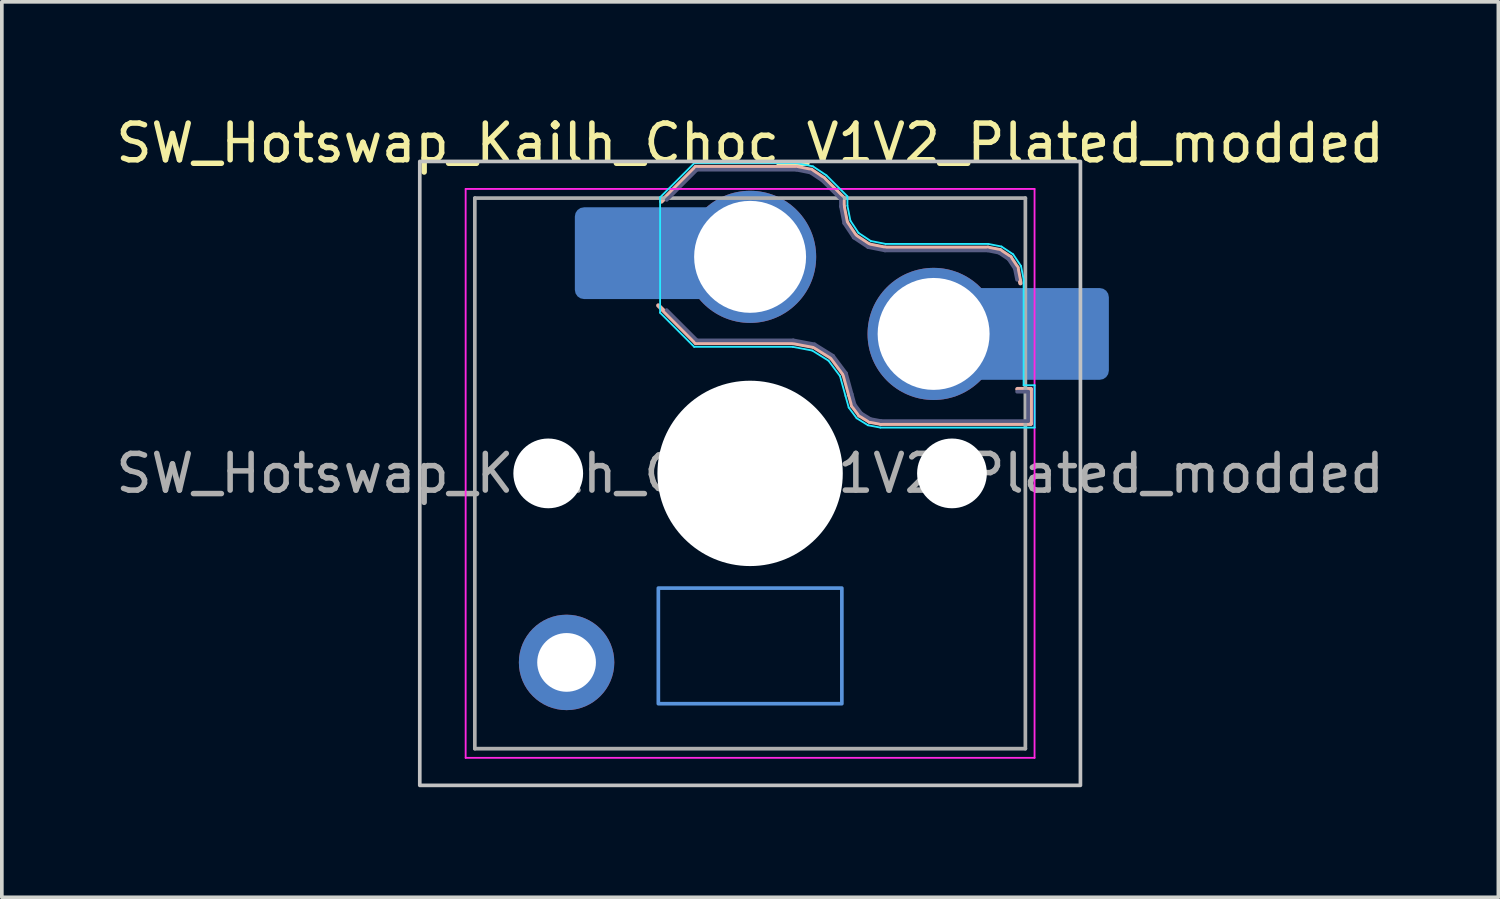
<source format=kicad_pcb>
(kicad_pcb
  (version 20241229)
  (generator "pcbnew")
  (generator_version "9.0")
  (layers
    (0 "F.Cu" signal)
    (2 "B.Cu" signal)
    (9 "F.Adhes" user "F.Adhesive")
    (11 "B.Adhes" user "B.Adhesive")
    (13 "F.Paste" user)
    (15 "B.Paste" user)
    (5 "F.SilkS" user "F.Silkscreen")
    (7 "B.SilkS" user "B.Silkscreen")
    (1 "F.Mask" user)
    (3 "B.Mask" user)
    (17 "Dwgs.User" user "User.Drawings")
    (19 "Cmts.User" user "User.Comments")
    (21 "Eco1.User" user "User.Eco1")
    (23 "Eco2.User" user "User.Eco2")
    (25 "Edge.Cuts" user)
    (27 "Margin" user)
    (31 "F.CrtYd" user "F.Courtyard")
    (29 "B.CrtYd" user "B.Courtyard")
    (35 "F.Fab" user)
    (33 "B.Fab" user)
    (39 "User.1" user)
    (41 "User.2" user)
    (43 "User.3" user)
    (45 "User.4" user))
  (footprint "SW_Hotswap_Kailh_Choc_V1V2_Plated_modded"
    (layer "F.Cu")
    (at 17.387 9.848)
    (property "Reference" "SW_Hotswap_Kailh_Choc_V1V2_Plated_modded" (at 0 -9 0) (layer "F.SilkS") (effects (font (size 1 1) (thickness 0.15))))
    (attr smd)
    (fp_line (start -2.416 -7.409) (end -1.479 -8.346) (stroke (width 0.12) (type solid)) (layer "B.SilkS"))
    (fp_line (start -1.479 -8.346) (end 1.268 -8.346) (stroke (width 0.12) (type solid)) (layer "B.SilkS"))
    (fp_line (start -1.479 -3.554) (end -2.5 -4.575) (stroke (width 0.12) (type solid)) (layer "B.SilkS"))
    (fp_line (start 1.168 -3.554) (end -1.479 -3.554) (stroke (width 0.12) (type solid)) (layer "B.SilkS"))
    (fp_line (start 1.268 -8.346) (end 1.671 -8.266) (stroke (width 0.12) (type solid)) (layer "B.SilkS"))
    (fp_line (start 1.671 -8.266) (end 2.013 -8.037) (stroke (width 0.12) (type solid)) (layer "B.SilkS"))
    (fp_line (start 1.73 -3.449) (end 1.168 -3.554) (stroke (width 0.12) (type solid)) (layer "B.SilkS"))
    (fp_line (start 2.013 -8.037) (end 2.546 -7.504) (stroke (width 0.12) (type solid)) (layer "B.SilkS"))
    (fp_line (start 2.209 -3.15) (end 1.73 -3.449) (stroke (width 0.12) (type solid)) (layer "B.SilkS"))
    (fp_line (start 2.546 -7.504) (end 2.546 -7.282) (stroke (width 0.12) (type solid)) (layer "B.SilkS"))
    (fp_line (start 2.546 -7.282) (end 2.633 -6.844) (stroke (width 0.12) (type solid)) (layer "B.SilkS"))
    (fp_line (start 2.547 -2.697) (end 2.209 -3.15) (stroke (width 0.12) (type solid)) (layer "B.SilkS"))
    (fp_line (start 2.633 -6.844) (end 2.877 -6.477) (stroke (width 0.12) (type solid)) (layer "B.SilkS"))
    (fp_line (start 2.701 -2.139) (end 2.547 -2.697) (stroke (width 0.12) (type solid)) (layer "B.SilkS"))
    (fp_line (start 2.783 -1.841) (end 2.701 -2.139) (stroke (width 0.12) (type solid)) (layer "B.SilkS"))
    (fp_line (start 2.877 -6.477) (end 3.244 -6.233) (stroke (width 0.12) (type solid)) (layer "B.SilkS"))
    (fp_line (start 2.976 -1.583) (end 2.783 -1.841) (stroke (width 0.12) (type solid)) (layer "B.SilkS"))
    (fp_line (start 3.244 -6.233) (end 3.682 -6.146) (stroke (width 0.12) (type solid)) (layer "B.SilkS"))
    (fp_line (start 3.25 -1.413) (end 2.976 -1.583) (stroke (width 0.12) (type solid)) (layer "B.SilkS"))
    (fp_line (start 3.56 -1.354) (end 3.25 -1.413) (stroke (width 0.12) (type solid)) (layer "B.SilkS"))
    (fp_line (start 3.682 -6.146) (end 6.482 -6.146) (stroke (width 0.12) (type solid)) (layer "B.SilkS"))
    (fp_line (start 6.482 -6.146) (end 6.809 -6.081) (stroke (width 0.12) (type solid)) (layer "B.SilkS"))
    (fp_line (start 6.809 -6.081) (end 7.092 -5.892) (stroke (width 0.12) (type solid)) (layer "B.SilkS"))
    (fp_line (start 7.092 -5.892) (end 7.281 -5.609) (stroke (width 0.12) (type solid)) (layer "B.SilkS"))
    (fp_line (start 7.281 -5.609) (end 7.366 -5.182) (stroke (width 0.12) (type solid)) (layer "B.SilkS"))
    (fp_line (start 7.283 -2.296) (end 7.646 -2.296) (stroke (width 0.12) (type solid)) (layer "B.SilkS"))
    (fp_line (start 7.646 -2.296) (end 7.646 -1.354) (stroke (width 0.12) (type solid)) (layer "B.SilkS"))
    (fp_line (start 7.646 -1.354) (end 3.56 -1.354) (stroke (width 0.12) (type solid)) (layer "B.SilkS"))
    (fp_rect (start -9 -8.5) (end 9 8.5) (stroke (width 0.1) (type default)) (fill no) (layer "Dwgs.User"))
    (fp_rect (start -2.5 3.125) (end 2.5 6.275) (stroke (width 0.1) (type default)) (fill no) (layer "Cmts.User"))
    (fp_line (start -7.25 -7.25) (end -7.25 7.25) (stroke (width 0.1) (type solid)) (layer "Eco1.User"))
    (fp_line (start -7.25 7.25) (end 7.25 7.25) (stroke (width 0.1) (type solid)) (layer "Eco1.User"))
    (fp_line (start 7.25 -7.25) (end -7.25 -7.25) (stroke (width 0.1) (type solid)) (layer "Eco1.User"))
    (fp_line (start 7.25 7.25) (end 7.25 -7.25) (stroke (width 0.1) (type solid)) (layer "Eco1.User"))
    (fp_line (start -2.452 -7.523) (end -1.523 -8.452) (stroke (width 0.05) (type solid)) (layer "B.CrtYd"))
    (fp_line (start -2.452 -4.377) (end -2.452 -7.523) (stroke (width 0.05) (type solid)) (layer "B.CrtYd"))
    (fp_line (start -1.523 -8.452) (end 1.278 -8.452) (stroke (width 0.05) (type solid)) (layer "B.CrtYd"))
    (fp_line (start -1.523 -3.448) (end -2.452 -4.377) (stroke (width 0.05) (type solid)) (layer "B.CrtYd"))
    (fp_line (start 1.159 -3.448) (end -1.523 -3.448) (stroke (width 0.05) (type solid)) (layer "B.CrtYd"))
    (fp_line (start 1.278 -8.452) (end 1.712 -8.366) (stroke (width 0.05) (type solid)) (layer "B.CrtYd"))
    (fp_line (start 1.691 -3.348) (end 1.159 -3.448) (stroke (width 0.05) (type solid)) (layer "B.CrtYd"))
    (fp_line (start 1.712 -8.366) (end 2.081 -8.119) (stroke (width 0.05) (type solid)) (layer "B.CrtYd"))
    (fp_line (start 2.081 -8.119) (end 2.652 -7.548) (stroke (width 0.05) (type solid)) (layer "B.CrtYd"))
    (fp_line (start 2.136 -3.071) (end 1.691 -3.348) (stroke (width 0.05) (type solid)) (layer "B.CrtYd"))
    (fp_line (start 2.45 -2.65) (end 2.136 -3.071) (stroke (width 0.05) (type solid)) (layer "B.CrtYd"))
    (fp_line (start 2.599 -2.111) (end 2.45 -2.65) (stroke (width 0.05) (type solid)) (layer "B.CrtYd"))
    (fp_line (start 2.652 -7.548) (end 2.652 -7.292) (stroke (width 0.05) (type solid)) (layer "B.CrtYd"))
    (fp_line (start 2.652 -7.292) (end 2.733 -6.885) (stroke (width 0.05) (type solid)) (layer "B.CrtYd"))
    (fp_line (start 2.687 -1.794) (end 2.599 -2.111) (stroke (width 0.05) (type solid)) (layer "B.CrtYd"))
    (fp_line (start 2.733 -6.885) (end 2.953 -6.553) (stroke (width 0.05) (type solid)) (layer "B.CrtYd"))
    (fp_line (start 2.903 -1.503) (end 2.687 -1.794) (stroke (width 0.05) (type solid)) (layer "B.CrtYd"))
    (fp_line (start 2.953 -6.553) (end 3.285 -6.333) (stroke (width 0.05) (type solid)) (layer "B.CrtYd"))
    (fp_line (start 3.211 -1.312) (end 2.903 -1.503) (stroke (width 0.05) (type solid)) (layer "B.CrtYd"))
    (fp_line (start 3.285 -6.333) (end 3.692 -6.252) (stroke (width 0.05) (type solid)) (layer "B.CrtYd"))
    (fp_line (start 3.55 -1.248) (end 3.211 -1.312) (stroke (width 0.05) (type solid)) (layer "B.CrtYd"))
    (fp_line (start 3.692 -6.252) (end 6.492 -6.252) (stroke (width 0.05) (type solid)) (layer "B.CrtYd"))
    (fp_line (start 6.492 -6.252) (end 6.85 -6.181) (stroke (width 0.05) (type solid)) (layer "B.CrtYd"))
    (fp_line (start 6.85 -6.181) (end 7.168 -5.968) (stroke (width 0.05) (type solid)) (layer "B.CrtYd"))
    (fp_line (start 7.168 -5.968) (end 7.381 -5.65) (stroke (width 0.05) (type solid)) (layer "B.CrtYd"))
    (fp_line (start 7.381 -5.65) (end 7.452 -5.292) (stroke (width 0.05) (type solid)) (layer "B.CrtYd"))
    (fp_line (start 7.452 -5.292) (end 7.452 -2.402) (stroke (width 0.05) (type solid)) (layer "B.CrtYd"))
    (fp_line (start 7.452 -2.402) (end 7.752 -2.402) (stroke (width 0.05) (type solid)) (layer "B.CrtYd"))
    (fp_line (start 7.752 -2.402) (end 7.752 -1.248) (stroke (width 0.05) (type solid)) (layer "B.CrtYd"))
    (fp_line (start 7.752 -1.248) (end 3.55 -1.248) (stroke (width 0.05) (type solid)) (layer "B.CrtYd"))
    (fp_line (start -7.75 -7.75) (end -7.75 7.75) (stroke (width 0.05) (type solid)) (layer "F.CrtYd"))
    (fp_line (start -7.75 7.75) (end 7.75 7.75) (stroke (width 0.05) (type solid)) (layer "F.CrtYd"))
    (fp_line (start 7.75 -7.75) (end -7.75 -7.75) (stroke (width 0.05) (type solid)) (layer "F.CrtYd"))
    (fp_line (start 7.75 7.75) (end 7.75 -7.75) (stroke (width 0.05) (type solid)) (layer "F.CrtYd"))
    (fp_line (start -2.275 -7.45) (end -1.45 -8.275) (stroke (width 0.1) (type solid)) (layer "B.Fab"))
    (fp_line (start -1.45 -8.275) (end 1.261 -8.275) (stroke (width 0.1) (type solid)) (layer "B.Fab"))
    (fp_line (start -1.45 -3.625) (end -2.275 -4.45) (stroke (width 0.1) (type solid)) (layer "B.Fab"))
    (fp_line (start 1.175 -3.625) (end -1.45 -3.625) (stroke (width 0.1) (type solid)) (layer "B.Fab"))
    (fp_line (start 1.261 -8.275) (end 1.643 -8.199) (stroke (width 0.1) (type solid)) (layer "B.Fab"))
    (fp_line (start 1.643 -8.199) (end 1.968 -7.982) (stroke (width 0.1) (type solid)) (layer "B.Fab"))
    (fp_line (start 1.756 -3.516) (end 1.175 -3.625) (stroke (width 0.1) (type solid)) (layer "B.Fab"))
    (fp_line (start 1.968 -7.982) (end 2.475 -7.475) (stroke (width 0.1) (type solid)) (layer "B.Fab"))
    (fp_line (start 2.258 -3.203) (end 1.756 -3.516) (stroke (width 0.1) (type solid)) (layer "B.Fab"))
    (fp_line (start 2.475 -7.475) (end 2.475 -7.275) (stroke (width 0.1) (type solid)) (layer "B.Fab"))
    (fp_line (start 2.475 -7.275) (end 2.566 -6.816) (stroke (width 0.1) (type solid)) (layer "B.Fab"))
    (fp_line (start 2.566 -6.816) (end 2.826 -6.426) (stroke (width 0.1) (type solid)) (layer "B.Fab"))
    (fp_line (start 2.612 -2.729) (end 2.258 -3.203) (stroke (width 0.1) (type solid)) (layer "B.Fab"))
    (fp_line (start 2.769 -2.158) (end 2.612 -2.729) (stroke (width 0.1) (type solid)) (layer "B.Fab"))
    (fp_line (start 2.826 -6.426) (end 3.216 -6.166) (stroke (width 0.1) (type solid)) (layer "B.Fab"))
    (fp_line (start 2.848 -1.873) (end 2.769 -2.158) (stroke (width 0.1) (type solid)) (layer "B.Fab"))
    (fp_line (start 3.025 -1.636) (end 2.848 -1.873) (stroke (width 0.1) (type solid)) (layer "B.Fab"))
    (fp_line (start 3.216 -6.166) (end 3.675 -6.075) (stroke (width 0.1) (type solid)) (layer "B.Fab"))
    (fp_line (start 3.276 -1.48) (end 3.025 -1.636) (stroke (width 0.1) (type solid)) (layer "B.Fab"))
    (fp_line (start 3.567 -1.425) (end 3.276 -1.48) (stroke (width 0.1) (type solid)) (layer "B.Fab"))
    (fp_line (start 3.675 -6.075) (end 6.475 -6.075) (stroke (width 0.1) (type solid)) (layer "B.Fab"))
    (fp_line (start 6.475 -6.075) (end 6.781 -6.014) (stroke (width 0.1) (type solid)) (layer "B.Fab"))
    (fp_line (start 6.781 -6.014) (end 7.041 -5.841) (stroke (width 0.1) (type solid)) (layer "B.Fab"))
    (fp_line (start 7.041 -5.841) (end 7.214 -5.581) (stroke (width 0.1) (type solid)) (layer "B.Fab"))
    (fp_line (start 7.214 -5.581) (end 7.275 -5.275) (stroke (width 0.1) (type solid)) (layer "B.Fab"))
    (fp_line (start 7.275 -2.225) (end 7.575 -2.225) (stroke (width 0.1) (type solid)) (layer "B.Fab"))
    (fp_line (start 7.575 -2.225) (end 7.575 -1.425) (stroke (width 0.1) (type solid)) (layer "B.Fab"))
    (fp_line (start 7.575 -1.425) (end 3.567 -1.425) (stroke (width 0.1) (type solid)) (layer "B.Fab"))
    (fp_line (start -7.5 -7.5) (end -7.5 7.5) (stroke (width 0.1) (type solid)) (layer "F.Fab"))
    (fp_line (start -7.5 7.5) (end 7.5 7.5) (stroke (width 0.1) (type solid)) (layer "F.Fab"))
    (fp_line (start 7.5 -7.5) (end -7.5 -7.5) (stroke (width 0.1) (type solid)) (layer "F.Fab"))
    (fp_line (start 7.5 7.5) (end 7.5 -7.5) (stroke (width 0.1) (type solid)) (layer "F.Fab"))
    (fp_text user "${REFERENCE}" (at 0 0 0) (layer "F.Fab") (effects (font (size 1 1) (thickness 0.15))))
    (pad "" np_thru_hole circle (at -5.5 0) (size 1.9 1.9) (drill 1.9) (layers "*.Cu" "*.Mask"))
    (pad "" smd roundrect (at -3.5 -6) (size 2.55 2.5) (layers "B.Mask" "B.Paste") (roundrect_rratio 0.1))
    (pad "" np_thru_hole circle (at 0 0) (size 5.05 5.05) (drill 5.05) (layers "*.Cu" "*.Mask"))
    (pad "" np_thru_hole circle (at 5.5 0) (size 1.9 1.9) (drill 1.9) (layers "*.Cu" "*.Mask"))
    (pad "" smd roundrect (at 8.5 -3.8) (size 2.55 2.5) (layers "B.Mask" "B.Paste") (roundrect_rratio 0.1))
    (pad "1" smd roundrect (at -2.85 -6) (size 3.85 2.5) (layers "B.Cu") (roundrect_rratio 0.1))
    (pad "1" thru_hole circle (at 0 -5.9) (size 3.6 3.6) (drill 3.05) (layers "*.Cu" "*.Mask"))
    (pad "2" thru_hole circle (at 5 -3.8) (size 3.6 3.6) (drill 3.05) (layers "*.Cu" "*.Mask"))
    (pad "2" smd roundrect (at 7.85 -3.8) (size 3.85 2.5) (layers "B.Cu") (roundrect_rratio 0.1))
    (pad "SH" thru_hole circle (at -5 5.15) (size 2.6 2.6) (drill 1.6) (layers "*.Cu" "*.Mask")))
  (gr_rect
    (start -3 -3)
    (end 37.774 21.398)
    (stroke (width 0.1) (type default))
    (fill no)
    (layer "Edge.Cuts")))
</source>
